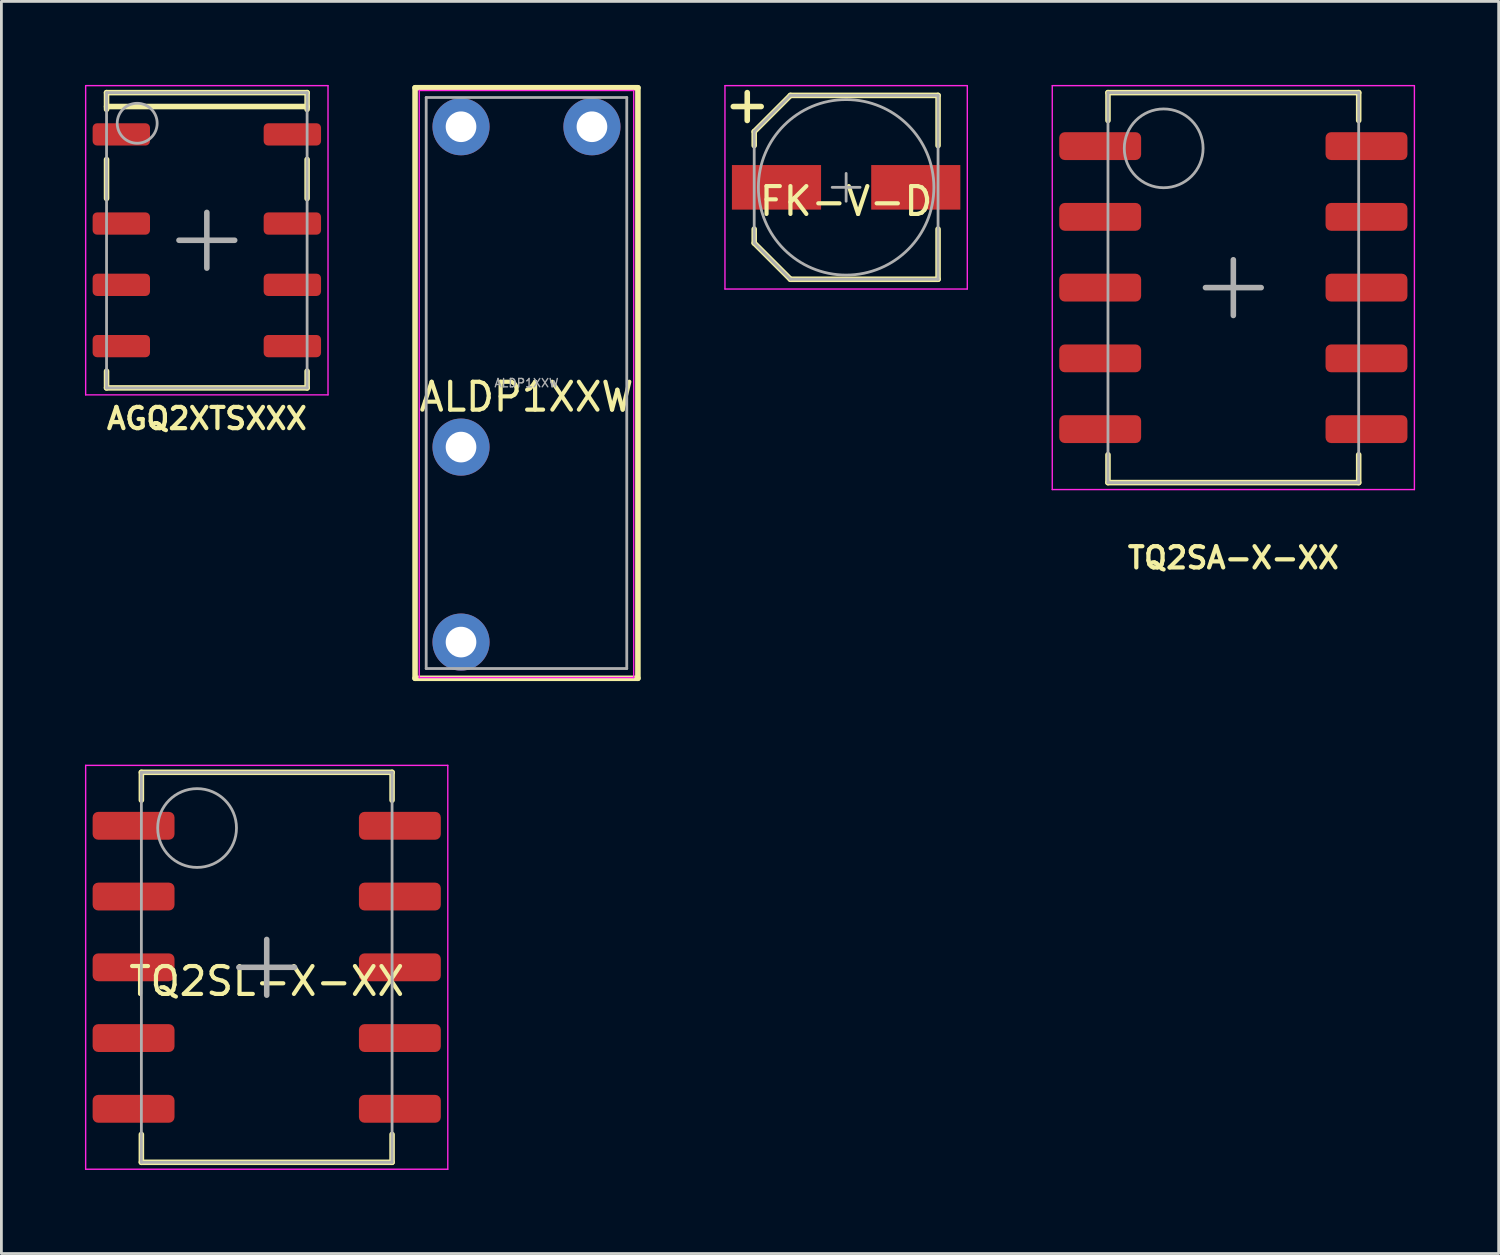
<source format=kicad_pcb>
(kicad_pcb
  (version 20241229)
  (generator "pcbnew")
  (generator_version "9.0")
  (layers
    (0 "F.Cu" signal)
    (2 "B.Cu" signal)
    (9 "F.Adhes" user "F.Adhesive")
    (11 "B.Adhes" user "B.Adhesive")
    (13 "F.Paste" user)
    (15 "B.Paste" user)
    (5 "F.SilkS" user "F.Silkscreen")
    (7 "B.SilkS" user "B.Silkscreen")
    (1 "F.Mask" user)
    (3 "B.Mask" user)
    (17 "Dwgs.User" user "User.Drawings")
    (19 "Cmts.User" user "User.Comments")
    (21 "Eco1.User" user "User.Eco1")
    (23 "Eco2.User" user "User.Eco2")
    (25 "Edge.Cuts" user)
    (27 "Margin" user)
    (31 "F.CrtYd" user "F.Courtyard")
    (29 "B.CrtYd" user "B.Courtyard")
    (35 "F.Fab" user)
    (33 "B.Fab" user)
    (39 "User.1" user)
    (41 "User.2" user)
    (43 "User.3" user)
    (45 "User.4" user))
  (footprint "TQ2SL-X-XX"
    (layer "F.Cu")
    (at 6.525 31.675)
    (property "Reference" "TQ2SL-X-XX" (at 0 0.5 0) (layer "F.SilkS") (effects (font (size 1 1) (thickness 0.15))))
    (attr smd)
    (fp_line (start -4.5 -7) (end 4.5 -7) (stroke (width 0.2) (type solid)) (layer "F.SilkS"))
    (fp_line (start -4.5 -6) (end -4.5 -7) (stroke (width 0.2) (type solid)) (layer "F.SilkS"))
    (fp_line (start -4.5 6) (end -4.5 7) (stroke (width 0.2) (type solid)) (layer "F.SilkS"))
    (fp_line (start -4.5 7) (end 4.5 7) (stroke (width 0.2) (type solid)) (layer "F.SilkS"))
    (fp_line (start 4.5 -7) (end 4.5 -6) (stroke (width 0.2) (type solid)) (layer "F.SilkS"))
    (fp_line (start 4.5 7) (end 4.5 6) (stroke (width 0.2) (type solid)) (layer "F.SilkS"))
    (fp_line (start -6.5 -7.25) (end -6.5 7.25) (stroke (width 0.05) (type solid)) (layer "F.CrtYd"))
    (fp_line (start -6.5 -7.25) (end 6.5 -7.25) (stroke (width 0.05) (type solid)) (layer "F.CrtYd"))
    (fp_line (start -6.5 7.25) (end 6.5 7.25) (stroke (width 0.05) (type solid)) (layer "F.CrtYd"))
    (fp_line (start 6.5 7.25) (end 6.5 -7.25) (stroke (width 0.05) (type solid)) (layer "F.CrtYd"))
    (fp_line (start -4.5 -7) (end -4.5 7) (stroke (width 0.1) (type solid)) (layer "F.Fab"))
    (fp_line (start -4.5 7) (end 4.5 7) (stroke (width 0.1) (type solid)) (layer "F.Fab"))
    (fp_line (start -1 0) (end 1 0) (stroke (width 0.2) (type solid)) (layer "F.Fab"))
    (fp_line (start 0 -1) (end 0 1) (stroke (width 0.2) (type solid)) (layer "F.Fab"))
    (fp_line (start 4.5 -7) (end -4.5 -7) (stroke (width 0.1) (type solid)) (layer "F.Fab"))
    (fp_line (start 4.5 7) (end 4.5 -7) (stroke (width 0.1) (type solid)) (layer "F.Fab"))
    (fp_circle (center -2.5 -5) (end -1.5 -4) (stroke (width 0.1) (type solid)) (fill no) (layer "F.Fab"))
    (pad "1" smd roundrect (at -4.78 -5.08) (size 2.94 1) (layers "F.Cu" "F.Mask" "F.Paste") (roundrect_rratio 0.2))
    (pad "2" smd roundrect (at -4.78 -2.54) (size 2.94 1) (layers "F.Cu" "F.Mask" "F.Paste") (roundrect_rratio 0.2))
    (pad "3" smd roundrect (at -4.78 0) (size 2.94 1) (layers "F.Cu" "F.Mask" "F.Paste") (roundrect_rratio 0.2))
    (pad "4" smd roundrect (at -4.78 2.54) (size 2.94 1) (layers "F.Cu" "F.Mask" "F.Paste") (roundrect_rratio 0.2))
    (pad "5" smd roundrect (at -4.78 5.08) (size 2.94 1) (layers "F.Cu" "F.Mask" "F.Paste") (roundrect_rratio 0.2))
    (pad "6" smd roundrect (at 4.78 5.08) (size 2.94 1) (layers "F.Cu" "F.Mask" "F.Paste") (roundrect_rratio 0.2))
    (pad "7" smd roundrect (at 4.78 2.54) (size 2.94 1) (layers "F.Cu" "F.Mask" "F.Paste") (roundrect_rratio 0.2))
    (pad "8" smd roundrect (at 4.78 0) (size 2.94 1) (layers "F.Cu" "F.Mask" "F.Paste") (roundrect_rratio 0.2))
    (pad "9" smd roundrect (at 4.78 -2.54) (size 2.94 1) (layers "F.Cu" "F.Mask" "F.Paste") (roundrect_rratio 0.2))
    (pad "10" smd roundrect (at 4.78 -5.08) (size 2.94 1) (layers "F.Cu" "F.Mask" "F.Paste") (roundrect_rratio 0.2)))
  (footprint "AGQ2XTSXXX"
    (layer "F.Cu")
    (at 4.375 5.575)
    (property "Reference" "AGQ2XTSXXX" (at 0 6.4 0) (layer "F.SilkS") (effects (font (size 0.762 0.762) (thickness 0.152))))
    (attr smd)
    (fp_line (start -3.6 -5.3) (end -3.6 -4.7) (stroke (width 0.2) (type solid)) (layer "F.SilkS"))
    (fp_line (start -3.6 -4.8) (end 3.6 -4.8) (stroke (width 0.2) (type solid)) (layer "F.SilkS"))
    (fp_line (start -3.6 -1.5) (end -3.6 -2.9) (stroke (width 0.2) (type solid)) (layer "F.SilkS"))
    (fp_line (start -3.6 4.7) (end -3.6 5.3) (stroke (width 0.2) (type solid)) (layer "F.SilkS"))
    (fp_line (start -3.6 5.3) (end 3.6 5.3) (stroke (width 0.2) (type solid)) (layer "F.SilkS"))
    (fp_line (start 3.6 -5.3) (end -3.6 -5.3) (stroke (width 0.2) (type solid)) (layer "F.SilkS"))
    (fp_line (start 3.6 -4.7) (end 3.6 -5.3) (stroke (width 0.2) (type solid)) (layer "F.SilkS"))
    (fp_line (start 3.6 -2.9) (end 3.6 -1.5) (stroke (width 0.2) (type solid)) (layer "F.SilkS"))
    (fp_line (start 3.6 5.3) (end 3.6 4.7) (stroke (width 0.2) (type solid)) (layer "F.SilkS"))
    (fp_line (start -4.35 -5.55) (end -4.35 5.55) (stroke (width 0.05) (type solid)) (layer "F.CrtYd"))
    (fp_line (start -4.35 -5.55) (end 4.35 -5.55) (stroke (width 0.05) (type solid)) (layer "F.CrtYd"))
    (fp_line (start -4.35 5.55) (end 4.35 5.55) (stroke (width 0.05) (type solid)) (layer "F.CrtYd"))
    (fp_line (start 4.35 5.55) (end 4.35 -5.55) (stroke (width 0.05) (type solid)) (layer "F.CrtYd"))
    (fp_line (start -3.6 -5.3) (end -3.6 5.3) (stroke (width 0.1) (type solid)) (layer "F.Fab"))
    (fp_line (start -3.6 5.3) (end 3.6 5.3) (stroke (width 0.1) (type solid)) (layer "F.Fab"))
    (fp_line (start -1 0) (end 1 0) (stroke (width 0.2) (type solid)) (layer "F.Fab"))
    (fp_line (start 0 -1) (end 0 1) (stroke (width 0.2) (type solid)) (layer "F.Fab"))
    (fp_line (start 3.6 -5.3) (end -3.6 -5.3) (stroke (width 0.1) (type solid)) (layer "F.Fab"))
    (fp_line (start 3.6 5.3) (end 3.6 -5.3) (stroke (width 0.1) (type solid)) (layer "F.Fab"))
    (fp_circle (center -2.5 -4.2) (end -1.986 -3.7) (stroke (width 0.1) (type solid)) (fill no) (layer "F.Fab"))
    (pad "1" smd roundrect (at -3.07 -3.8) (size 2.06 0.8) (layers "F.Cu" "F.Mask" "F.Paste") (roundrect_rratio 0.2))
    (pad "2" smd roundrect (at -3.07 -0.6) (size 2.06 0.8) (layers "F.Cu" "F.Mask" "F.Paste") (roundrect_rratio 0.2))
    (pad "3" smd roundrect (at -3.07 1.6) (size 2.06 0.8) (layers "F.Cu" "F.Mask" "F.Paste") (roundrect_rratio 0.2))
    (pad "4" smd roundrect (at -3.07 3.8) (size 2.06 0.8) (layers "F.Cu" "F.Mask" "F.Paste") (roundrect_rratio 0.2))
    (pad "5" smd roundrect (at 3.07 3.8) (size 2.06 0.8) (layers "F.Cu" "F.Mask" "F.Paste") (roundrect_rratio 0.2))
    (pad "6" smd roundrect (at 3.07 1.6) (size 2.06 0.8) (layers "F.Cu" "F.Mask" "F.Paste") (roundrect_rratio 0.2))
    (pad "7" smd roundrect (at 3.07 -0.6) (size 2.06 0.8) (layers "F.Cu" "F.Mask" "F.Paste") (roundrect_rratio 0.2))
    (pad "8" smd roundrect (at 3.07 -3.8) (size 2.06 0.8) (layers "F.Cu" "F.Mask" "F.Paste") (roundrect_rratio 0.2)))
  (footprint "FK-V-D"
    (layer "F.Cu")
    (at 27.325 3.675)
    (property "Reference" "FK-V-D" (at 0 0.5 0) (layer "F.SilkS") (effects (font (size 1 1) (thickness 0.15))))
    (attr through_hole)
    (fp_line (start -4.05 -2.9) (end -3.05 -2.9) (stroke (width 0.2) (type solid)) (layer "F.SilkS"))
    (fp_line (start -3.55 -3.4) (end -3.55 -2.4) (stroke (width 0.2) (type solid)) (layer "F.SilkS"))
    (fp_line (start -3.3 -2) (end -2 -3.3) (stroke (width 0.2) (type solid)) (layer "F.SilkS"))
    (fp_line (start -3.3 -1.5) (end -3.3 -2) (stroke (width 0.2) (type solid)) (layer "F.SilkS"))
    (fp_line (start -3.3 2) (end -3.3 1.5) (stroke (width 0.2) (type solid)) (layer "F.SilkS"))
    (fp_line (start -2 -3.3) (end 3.3 -3.3) (stroke (width 0.2) (type solid)) (layer "F.SilkS"))
    (fp_line (start -2 3.3) (end -3.3 2) (stroke (width 0.2) (type solid)) (layer "F.SilkS"))
    (fp_line (start 3.3 -3.3) (end 3.3 -1.5) (stroke (width 0.2) (type solid)) (layer "F.SilkS"))
    (fp_line (start 3.3 1.5) (end 3.3 3.3) (stroke (width 0.2) (type solid)) (layer "F.SilkS"))
    (fp_line (start 3.3 3.3) (end -2 3.3) (stroke (width 0.2) (type solid)) (layer "F.SilkS"))
    (fp_line (start -4.35 -3.65) (end 4.35 -3.65) (stroke (width 0.05) (type solid)) (layer "F.CrtYd"))
    (fp_line (start -4.35 3.65) (end -4.35 -3.65) (stroke (width 0.05) (type solid)) (layer "F.CrtYd"))
    (fp_line (start 4.35 -3.65) (end 4.35 3.65) (stroke (width 0.05) (type solid)) (layer "F.CrtYd"))
    (fp_line (start 4.35 3.65) (end -4.35 3.65) (stroke (width 0.05) (type solid)) (layer "F.CrtYd"))
    (fp_line (start -3.3 -2) (end -3.3 2) (stroke (width 0.1) (type solid)) (layer "F.Fab"))
    (fp_line (start -3.3 -2) (end -2 -3.3) (stroke (width 0.1) (type solid)) (layer "F.Fab"))
    (fp_line (start -3.3 2) (end -2 3.3) (stroke (width 0.1) (type solid)) (layer "F.Fab"))
    (fp_line (start -2 3.3) (end 3.3 3.3) (stroke (width 0.1) (type solid)) (layer "F.Fab"))
    (fp_line (start -0.5 0) (end 0.5 0) (stroke (width 0.1) (type solid)) (layer "F.Fab"))
    (fp_line (start 0 -0.5) (end 0 0.5) (stroke (width 0.1) (type solid)) (layer "F.Fab"))
    (fp_line (start 3.3 -3.3) (end -2 -3.3) (stroke (width 0.1) (type solid)) (layer "F.Fab"))
    (fp_line (start 3.3 3.3) (end 3.3 -3.3) (stroke (width 0.1) (type solid)) (layer "F.Fab"))
    (fp_circle (center 0 0) (end 3.15 0) (stroke (width 0.1) (type solid)) (fill no) (layer "F.Fab"))
    (pad "1" smd rect (at -2.5 0) (size 3.2 1.6) (layers "F.Cu" "F.Mask" "F.Paste"))
    (pad "2" smd rect (at 2.5 0) (size 3.2 1.6) (layers "F.Cu" "F.Mask" "F.Paste")))
  (footprint "ALDP1XXW"
    (layer "F.Cu")
    (at 15.85 10.7)
    (property "Reference" "ALDP1XXW" (at 0 0.5 0) (layer "F.SilkS") (effects (font (size 1 1) (thickness 0.15))))
    (attr through_hole)
    (fp_line (start -4 -10.6) (end -4 10.6) (stroke (width 0.2) (type solid)) (layer "F.SilkS"))
    (fp_line (start -4 -10.6) (end 4 -10.6) (stroke (width 0.2) (type solid)) (layer "F.SilkS"))
    (fp_line (start -4 10.6) (end 4 10.6) (stroke (width 0.2) (type solid)) (layer "F.SilkS"))
    (fp_line (start 4 10.6) (end 4 -10.6) (stroke (width 0.2) (type solid)) (layer "F.SilkS"))
    (fp_line (start -3.85 -10.5) (end -3.85 10.575) (stroke (width 0.05) (type solid)) (layer "F.CrtYd"))
    (fp_line (start -3.85 -10.5) (end 3.85 -10.5) (stroke (width 0.05) (type solid)) (layer "F.CrtYd"))
    (fp_line (start -3.85 10.575) (end 3.85 10.575) (stroke (width 0.05) (type solid)) (layer "F.CrtYd"))
    (fp_line (start 3.85 -10.5) (end 3.85 10.575) (stroke (width 0.05) (type solid)) (layer "F.CrtYd"))
    (fp_line (start -3.6 -10.25) (end -3.6 10.25) (stroke (width 0.1) (type solid)) (layer "F.Fab"))
    (fp_line (start -3.6 -10.25) (end 3.6 -10.25) (stroke (width 0.1) (type solid)) (layer "F.Fab"))
    (fp_line (start -3.6 10.25) (end 3.6 10.25) (stroke (width 0.1) (type solid)) (layer "F.Fab"))
    (fp_line (start 3.6 -10.25) (end 3.6 10.25) (stroke (width 0.1) (type solid)) (layer "F.Fab"))
    (fp_text user "${REFERENCE}" (at 0 0 0) (layer "F.Fab") (effects (font (size 0.3 0.3) (thickness 0.05))))
    (pad "1" thru_hole circle (at -2.35 -9.2) (size 2.05 2.05) (drill 1.1) (layers "*.Cu" "*.Mask"))
    (pad "3" thru_hole circle (at -2.35 2.3) (size 2.05 2.05) (drill 1.1) (layers "*.Cu" "*.Mask"))
    (pad "4" thru_hole circle (at -2.35 9.3) (size 2.05 2.05) (drill 1.1) (layers "*.Cu" "*.Mask"))
    (pad "8" thru_hole circle (at 2.35 -9.2) (size 2.05 2.05) (drill 1.1) (layers "*.Cu" "*.Mask")))
  (footprint "TQ2SA-X-XX"
    (layer "F.Cu")
    (at 41.225 7.275)
    (property "Reference" "TQ2SA-X-XX" (at 0 9.7 0) (layer "F.SilkS") (effects (font (size 0.762 0.762) (thickness 0.152))))
    (attr smd)
    (fp_line (start -4.5 -7) (end 4.5 -7) (stroke (width 0.2) (type solid)) (layer "F.SilkS"))
    (fp_line (start -4.5 -6) (end -4.5 -7) (stroke (width 0.2) (type solid)) (layer "F.SilkS"))
    (fp_line (start -4.5 6) (end -4.5 7) (stroke (width 0.2) (type solid)) (layer "F.SilkS"))
    (fp_line (start -4.5 7) (end 4.5 7) (stroke (width 0.2) (type solid)) (layer "F.SilkS"))
    (fp_line (start 4.5 -7) (end 4.5 -6) (stroke (width 0.2) (type solid)) (layer "F.SilkS"))
    (fp_line (start 4.5 7) (end 4.5 6) (stroke (width 0.2) (type solid)) (layer "F.SilkS"))
    (fp_line (start -6.5 -7.25) (end -6.5 7.25) (stroke (width 0.05) (type solid)) (layer "F.CrtYd"))
    (fp_line (start -6.5 -7.25) (end 6.5 -7.25) (stroke (width 0.05) (type solid)) (layer "F.CrtYd"))
    (fp_line (start -6.5 7.25) (end 6.5 7.25) (stroke (width 0.05) (type solid)) (layer "F.CrtYd"))
    (fp_line (start 6.5 7.25) (end 6.5 -7.25) (stroke (width 0.05) (type solid)) (layer "F.CrtYd"))
    (fp_line (start -4.5 -7) (end -4.5 7) (stroke (width 0.1) (type solid)) (layer "F.Fab"))
    (fp_line (start -4.5 7) (end 4.5 7) (stroke (width 0.1) (type solid)) (layer "F.Fab"))
    (fp_line (start -1 0) (end 1 0) (stroke (width 0.2) (type solid)) (layer "F.Fab"))
    (fp_line (start 0 -1) (end 0 1) (stroke (width 0.2) (type solid)) (layer "F.Fab"))
    (fp_line (start 4.5 -7) (end -4.5 -7) (stroke (width 0.1) (type solid)) (layer "F.Fab"))
    (fp_line (start 4.5 7) (end 4.5 -7) (stroke (width 0.1) (type solid)) (layer "F.Fab"))
    (fp_circle (center -2.5 -5) (end -1.5 -4) (stroke (width 0.1) (type solid)) (fill no) (layer "F.Fab"))
    (pad "1" smd roundrect (at -4.78 -5.08) (size 2.94 1) (layers "F.Cu" "F.Mask" "F.Paste") (roundrect_rratio 0.2))
    (pad "2" smd roundrect (at -4.78 -2.54) (size 2.94 1) (layers "F.Cu" "F.Mask" "F.Paste") (roundrect_rratio 0.2))
    (pad "3" smd roundrect (at -4.78 0) (size 2.94 1) (layers "F.Cu" "F.Mask" "F.Paste") (roundrect_rratio 0.2))
    (pad "4" smd roundrect (at -4.78 2.54) (size 2.94 1) (layers "F.Cu" "F.Mask" "F.Paste") (roundrect_rratio 0.2))
    (pad "5" smd roundrect (at -4.78 5.08) (size 2.94 1) (layers "F.Cu" "F.Mask" "F.Paste") (roundrect_rratio 0.2))
    (pad "6" smd roundrect (at 4.78 5.08) (size 2.94 1) (layers "F.Cu" "F.Mask" "F.Paste") (roundrect_rratio 0.2))
    (pad "7" smd roundrect (at 4.78 2.54) (size 2.94 1) (layers "F.Cu" "F.Mask" "F.Paste") (roundrect_rratio 0.2))
    (pad "8" smd roundrect (at 4.78 0) (size 2.94 1) (layers "F.Cu" "F.Mask" "F.Paste") (roundrect_rratio 0.2))
    (pad "9" smd roundrect (at 4.78 -2.54) (size 2.94 1) (layers "F.Cu" "F.Mask" "F.Paste") (roundrect_rratio 0.2))
    (pad "10" smd roundrect (at 4.78 -5.08) (size 2.94 1) (layers "F.Cu" "F.Mask" "F.Paste") (roundrect_rratio 0.2)))
  (gr_rect
    (start -3 -3)
    (end 50.75 41.95)
    (stroke (width 0.1) (type default))
    (fill no)
    (layer "Edge.Cuts")))
</source>
